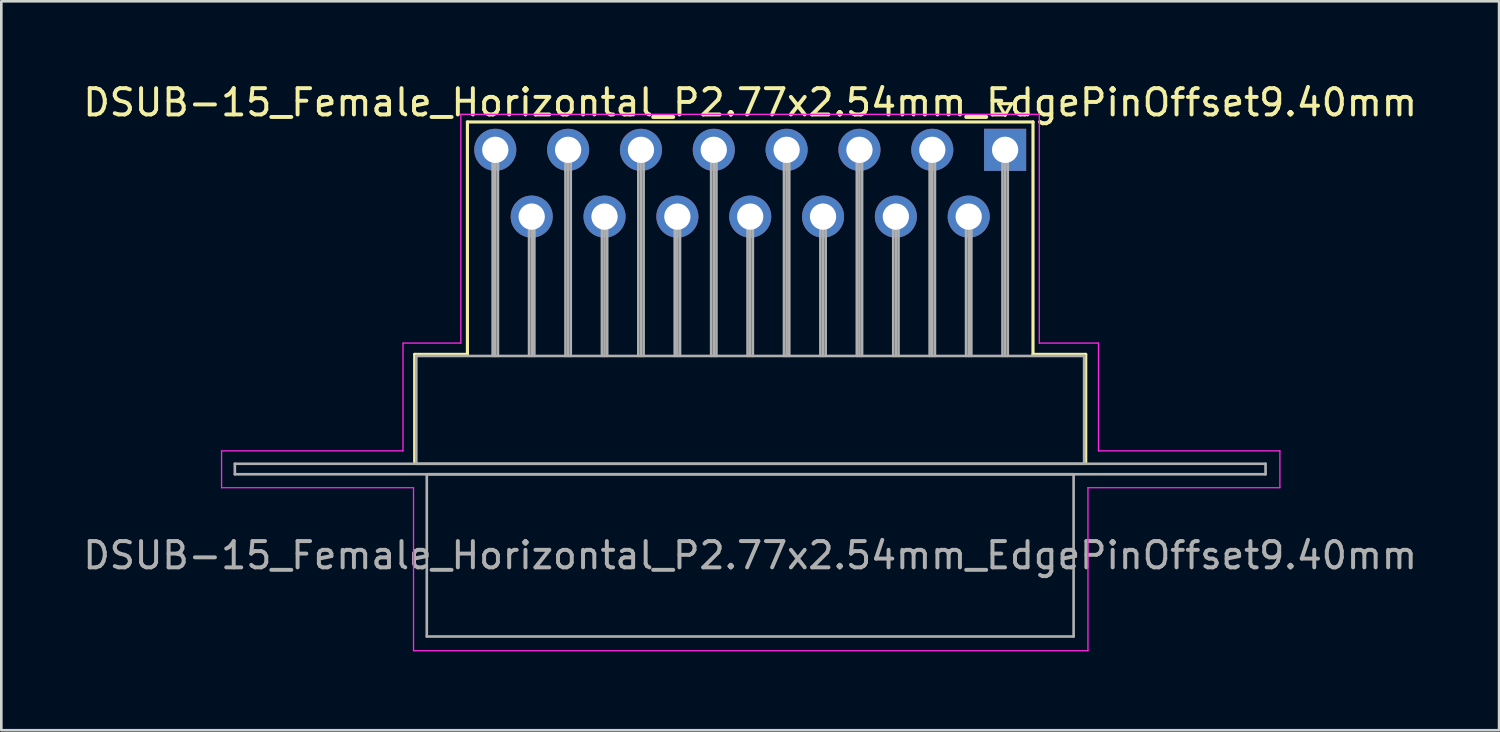
<source format=kicad_pcb>
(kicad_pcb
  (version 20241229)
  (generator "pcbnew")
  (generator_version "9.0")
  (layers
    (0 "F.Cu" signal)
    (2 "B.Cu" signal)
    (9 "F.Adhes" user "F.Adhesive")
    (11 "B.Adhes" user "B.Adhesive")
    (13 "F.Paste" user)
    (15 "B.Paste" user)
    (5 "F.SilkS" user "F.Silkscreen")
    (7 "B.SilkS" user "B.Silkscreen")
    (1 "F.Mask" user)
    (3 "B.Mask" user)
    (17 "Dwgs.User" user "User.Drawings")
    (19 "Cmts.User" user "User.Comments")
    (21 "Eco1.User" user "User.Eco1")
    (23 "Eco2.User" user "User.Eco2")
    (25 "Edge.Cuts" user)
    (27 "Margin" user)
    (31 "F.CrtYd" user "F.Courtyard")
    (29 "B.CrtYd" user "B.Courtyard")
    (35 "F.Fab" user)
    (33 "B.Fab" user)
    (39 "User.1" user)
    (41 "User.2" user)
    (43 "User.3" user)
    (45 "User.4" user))
  (footprint "DSUB-15_Female_Horizontal_P2.77x2.54mm_EdgePinOffset9.40mm"
    (layer "F.Cu")
    (at 35.177 2.648)
    (property "Reference" "DSUB-15_Female_Horizontal_P2.77x2.54mm_EdgePinOffset9.40mm" (at -9.695 -1.8 0) (layer "F.SilkS") (effects (font (size 1 1) (thickness 0.15))))
    (attr through_hole)
    (fp_line (start -22.455 7.78) (end -20.45 7.78) (stroke (width 0.12) (type solid)) (layer "F.SilkS"))
    (fp_line (start -22.455 11.88) (end -22.455 7.78) (stroke (width 0.12) (type solid)) (layer "F.SilkS"))
    (fp_line (start -20.45 -1.06) (end 1.06 -1.06) (stroke (width 0.12) (type solid)) (layer "F.SilkS"))
    (fp_line (start -20.45 7.78) (end -20.45 -1.06) (stroke (width 0.12) (type solid)) (layer "F.SilkS"))
    (fp_line (start -0.25 -1.754) (end 0.25 -1.754) (stroke (width 0.12) (type solid)) (layer "F.SilkS"))
    (fp_line (start 0 -1.321) (end -0.25 -1.754) (stroke (width 0.12) (type solid)) (layer "F.SilkS"))
    (fp_line (start 0.25 -1.754) (end 0 -1.321) (stroke (width 0.12) (type solid)) (layer "F.SilkS"))
    (fp_line (start 1.06 -1.06) (end 1.06 7.78) (stroke (width 0.12) (type solid)) (layer "F.SilkS"))
    (fp_line (start 1.06 7.78) (end 3.065 7.78) (stroke (width 0.12) (type solid)) (layer "F.SilkS"))
    (fp_line (start 3.065 7.78) (end 3.065 11.88) (stroke (width 0.12) (type solid)) (layer "F.SilkS"))
    (fp_line (start -29.8 11.45) (end -22.9 11.45) (stroke (width 0.05) (type solid)) (layer "F.CrtYd"))
    (fp_line (start -29.8 12.85) (end -29.8 11.45) (stroke (width 0.05) (type solid)) (layer "F.CrtYd"))
    (fp_line (start -22.9 7.35) (end -20.7 7.35) (stroke (width 0.05) (type solid)) (layer "F.CrtYd"))
    (fp_line (start -22.9 11.45) (end -22.9 7.35) (stroke (width 0.05) (type solid)) (layer "F.CrtYd"))
    (fp_line (start -22.5 12.85) (end -29.8 12.85) (stroke (width 0.05) (type solid)) (layer "F.CrtYd"))
    (fp_line (start -22.5 19.05) (end -22.5 12.85) (stroke (width 0.05) (type solid)) (layer "F.CrtYd"))
    (fp_line (start -20.7 -1.35) (end 1.3 -1.35) (stroke (width 0.05) (type solid)) (layer "F.CrtYd"))
    (fp_line (start -20.7 7.35) (end -20.7 -1.35) (stroke (width 0.05) (type solid)) (layer "F.CrtYd"))
    (fp_line (start 1.3 -1.35) (end 1.3 7.35) (stroke (width 0.05) (type solid)) (layer "F.CrtYd"))
    (fp_line (start 1.3 7.35) (end 3.55 7.35) (stroke (width 0.05) (type solid)) (layer "F.CrtYd"))
    (fp_line (start 3.15 12.85) (end 3.15 19.05) (stroke (width 0.05) (type solid)) (layer "F.CrtYd"))
    (fp_line (start 3.15 19.05) (end -22.5 19.05) (stroke (width 0.05) (type solid)) (layer "F.CrtYd"))
    (fp_line (start 3.55 7.35) (end 3.55 11.45) (stroke (width 0.05) (type solid)) (layer "F.CrtYd"))
    (fp_line (start 3.55 11.45) (end 10.45 11.45) (stroke (width 0.05) (type solid)) (layer "F.CrtYd"))
    (fp_line (start 10.45 11.45) (end 10.45 12.85) (stroke (width 0.05) (type solid)) (layer "F.CrtYd"))
    (fp_line (start 10.45 12.85) (end 3.15 12.85) (stroke (width 0.05) (type solid)) (layer "F.CrtYd"))
    (fp_line (start -29.295 11.94) (end -29.295 12.34) (stroke (width 0.1) (type solid)) (layer "F.Fab"))
    (fp_line (start -29.295 12.34) (end 9.905 12.34) (stroke (width 0.1) (type solid)) (layer "F.Fab"))
    (fp_line (start -22.395 7.84) (end -22.395 11.94) (stroke (width 0.1) (type solid)) (layer "F.Fab"))
    (fp_line (start -22.395 11.94) (end 3.005 11.94) (stroke (width 0.1) (type solid)) (layer "F.Fab"))
    (fp_line (start -21.995 12.34) (end -21.995 18.51) (stroke (width 0.1) (type solid)) (layer "F.Fab"))
    (fp_line (start -21.995 18.51) (end 2.605 18.51) (stroke (width 0.1) (type solid)) (layer "F.Fab"))
    (fp_line (start -19.49 0) (end -19.49 7.84) (stroke (width 0.1) (type solid)) (layer "F.Fab"))
    (fp_line (start -19.39 0) (end -19.39 7.84) (stroke (width 0.1) (type solid)) (layer "F.Fab"))
    (fp_line (start -19.29 0) (end -19.29 7.84) (stroke (width 0.1) (type solid)) (layer "F.Fab"))
    (fp_line (start -18.105 2.54) (end -18.105 7.84) (stroke (width 0.1) (type solid)) (layer "F.Fab"))
    (fp_line (start -18.005 2.54) (end -18.005 7.84) (stroke (width 0.1) (type solid)) (layer "F.Fab"))
    (fp_line (start -17.905 2.54) (end -17.905 7.84) (stroke (width 0.1) (type solid)) (layer "F.Fab"))
    (fp_line (start -16.72 0) (end -16.72 7.84) (stroke (width 0.1) (type solid)) (layer "F.Fab"))
    (fp_line (start -16.62 0) (end -16.62 7.84) (stroke (width 0.1) (type solid)) (layer "F.Fab"))
    (fp_line (start -16.52 0) (end -16.52 7.84) (stroke (width 0.1) (type solid)) (layer "F.Fab"))
    (fp_line (start -15.335 2.54) (end -15.335 7.84) (stroke (width 0.1) (type solid)) (layer "F.Fab"))
    (fp_line (start -15.235 2.54) (end -15.235 7.84) (stroke (width 0.1) (type solid)) (layer "F.Fab"))
    (fp_line (start -15.135 2.54) (end -15.135 7.84) (stroke (width 0.1) (type solid)) (layer "F.Fab"))
    (fp_line (start -13.95 0) (end -13.95 7.84) (stroke (width 0.1) (type solid)) (layer "F.Fab"))
    (fp_line (start -13.85 0) (end -13.85 7.84) (stroke (width 0.1) (type solid)) (layer "F.Fab"))
    (fp_line (start -13.75 0) (end -13.75 7.84) (stroke (width 0.1) (type solid)) (layer "F.Fab"))
    (fp_line (start -12.565 2.54) (end -12.565 7.84) (stroke (width 0.1) (type solid)) (layer "F.Fab"))
    (fp_line (start -12.465 2.54) (end -12.465 7.84) (stroke (width 0.1) (type solid)) (layer "F.Fab"))
    (fp_line (start -12.365 2.54) (end -12.365 7.84) (stroke (width 0.1) (type solid)) (layer "F.Fab"))
    (fp_line (start -11.18 0) (end -11.18 7.84) (stroke (width 0.1) (type solid)) (layer "F.Fab"))
    (fp_line (start -11.08 0) (end -11.08 7.84) (stroke (width 0.1) (type solid)) (layer "F.Fab"))
    (fp_line (start -10.98 0) (end -10.98 7.84) (stroke (width 0.1) (type solid)) (layer "F.Fab"))
    (fp_line (start -9.795 2.54) (end -9.795 7.84) (stroke (width 0.1) (type solid)) (layer "F.Fab"))
    (fp_line (start -9.695 2.54) (end -9.695 7.84) (stroke (width 0.1) (type solid)) (layer "F.Fab"))
    (fp_line (start -9.595 2.54) (end -9.595 7.84) (stroke (width 0.1) (type solid)) (layer "F.Fab"))
    (fp_line (start -8.41 0) (end -8.41 7.84) (stroke (width 0.1) (type solid)) (layer "F.Fab"))
    (fp_line (start -8.31 0) (end -8.31 7.84) (stroke (width 0.1) (type solid)) (layer "F.Fab"))
    (fp_line (start -8.21 0) (end -8.21 7.84) (stroke (width 0.1) (type solid)) (layer "F.Fab"))
    (fp_line (start -7.025 2.54) (end -7.025 7.84) (stroke (width 0.1) (type solid)) (layer "F.Fab"))
    (fp_line (start -6.925 2.54) (end -6.925 7.84) (stroke (width 0.1) (type solid)) (layer "F.Fab"))
    (fp_line (start -6.825 2.54) (end -6.825 7.84) (stroke (width 0.1) (type solid)) (layer "F.Fab"))
    (fp_line (start -5.64 0) (end -5.64 7.84) (stroke (width 0.1) (type solid)) (layer "F.Fab"))
    (fp_line (start -5.54 0) (end -5.54 7.84) (stroke (width 0.1) (type solid)) (layer "F.Fab"))
    (fp_line (start -5.44 0) (end -5.44 7.84) (stroke (width 0.1) (type solid)) (layer "F.Fab"))
    (fp_line (start -4.255 2.54) (end -4.255 7.84) (stroke (width 0.1) (type solid)) (layer "F.Fab"))
    (fp_line (start -4.155 2.54) (end -4.155 7.84) (stroke (width 0.1) (type solid)) (layer "F.Fab"))
    (fp_line (start -4.055 2.54) (end -4.055 7.84) (stroke (width 0.1) (type solid)) (layer "F.Fab"))
    (fp_line (start -2.87 0) (end -2.87 7.84) (stroke (width 0.1) (type solid)) (layer "F.Fab"))
    (fp_line (start -2.77 0) (end -2.77 7.84) (stroke (width 0.1) (type solid)) (layer "F.Fab"))
    (fp_line (start -2.67 0) (end -2.67 7.84) (stroke (width 0.1) (type solid)) (layer "F.Fab"))
    (fp_line (start -1.485 2.54) (end -1.485 7.84) (stroke (width 0.1) (type solid)) (layer "F.Fab"))
    (fp_line (start -1.385 2.54) (end -1.385 7.84) (stroke (width 0.1) (type solid)) (layer "F.Fab"))
    (fp_line (start -1.285 2.54) (end -1.285 7.84) (stroke (width 0.1) (type solid)) (layer "F.Fab"))
    (fp_line (start -0.1 0) (end -0.1 7.84) (stroke (width 0.1) (type solid)) (layer "F.Fab"))
    (fp_line (start 0 0) (end 0 7.84) (stroke (width 0.1) (type solid)) (layer "F.Fab"))
    (fp_line (start 0.1 0) (end 0.1 7.84) (stroke (width 0.1) (type solid)) (layer "F.Fab"))
    (fp_line (start 2.605 12.34) (end -21.995 12.34) (stroke (width 0.1) (type solid)) (layer "F.Fab"))
    (fp_line (start 2.605 18.51) (end 2.605 12.34) (stroke (width 0.1) (type solid)) (layer "F.Fab"))
    (fp_line (start 3.005 7.84) (end -22.395 7.84) (stroke (width 0.1) (type solid)) (layer "F.Fab"))
    (fp_line (start 3.005 11.94) (end 3.005 7.84) (stroke (width 0.1) (type solid)) (layer "F.Fab"))
    (fp_line (start 9.905 11.94) (end -29.295 11.94) (stroke (width 0.1) (type solid)) (layer "F.Fab"))
    (fp_line (start 9.905 12.34) (end 9.905 11.94) (stroke (width 0.1) (type solid)) (layer "F.Fab"))
    (fp_text user "${REFERENCE}" (at -9.695 15.425 0) (layer "F.Fab") (effects (font (size 1 1) (thickness 0.15))))
    (pad "1" thru_hole rect (at 0 0) (size 1.6 1.6) (drill 1) (layers "*.Cu" "*.Mask"))
    (pad "2" thru_hole circle (at -2.77 0) (size 1.6 1.6) (drill 1) (layers "*.Cu" "*.Mask"))
    (pad "3" thru_hole circle (at -5.54 0) (size 1.6 1.6) (drill 1) (layers "*.Cu" "*.Mask"))
    (pad "4" thru_hole circle (at -8.31 0) (size 1.6 1.6) (drill 1) (layers "*.Cu" "*.Mask"))
    (pad "5" thru_hole circle (at -11.08 0) (size 1.6 1.6) (drill 1) (layers "*.Cu" "*.Mask"))
    (pad "6" thru_hole circle (at -13.85 0) (size 1.6 1.6) (drill 1) (layers "*.Cu" "*.Mask"))
    (pad "7" thru_hole circle (at -16.62 0) (size 1.6 1.6) (drill 1) (layers "*.Cu" "*.Mask"))
    (pad "8" thru_hole circle (at -19.39 0) (size 1.6 1.6) (drill 1) (layers "*.Cu" "*.Mask"))
    (pad "9" thru_hole circle (at -1.385 2.54) (size 1.6 1.6) (drill 1) (layers "*.Cu" "*.Mask"))
    (pad "10" thru_hole circle (at -4.155 2.54) (size 1.6 1.6) (drill 1) (layers "*.Cu" "*.Mask"))
    (pad "11" thru_hole circle (at -6.925 2.54) (size 1.6 1.6) (drill 1) (layers "*.Cu" "*.Mask"))
    (pad "12" thru_hole circle (at -9.695 2.54) (size 1.6 1.6) (drill 1) (layers "*.Cu" "*.Mask"))
    (pad "13" thru_hole circle (at -12.465 2.54) (size 1.6 1.6) (drill 1) (layers "*.Cu" "*.Mask"))
    (pad "14" thru_hole circle (at -15.235 2.54) (size 1.6 1.6) (drill 1) (layers "*.Cu" "*.Mask"))
    (pad "15" thru_hole circle (at -18.005 2.54) (size 1.6 1.6) (drill 1) (layers "*.Cu" "*.Mask")))
  (gr_rect
    (start -3 -3)
    (end 53.964 24.723)
    (stroke (width 0.1) (type default))
    (fill no)
    (layer "Edge.Cuts")))
</source>
